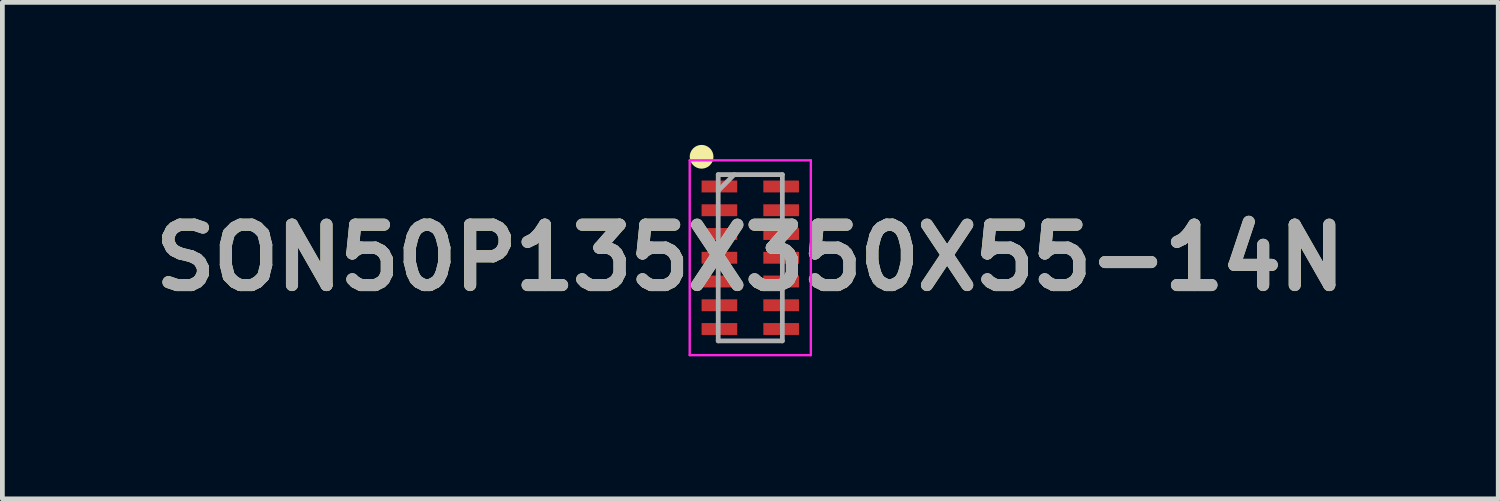
<source format=kicad_pcb>
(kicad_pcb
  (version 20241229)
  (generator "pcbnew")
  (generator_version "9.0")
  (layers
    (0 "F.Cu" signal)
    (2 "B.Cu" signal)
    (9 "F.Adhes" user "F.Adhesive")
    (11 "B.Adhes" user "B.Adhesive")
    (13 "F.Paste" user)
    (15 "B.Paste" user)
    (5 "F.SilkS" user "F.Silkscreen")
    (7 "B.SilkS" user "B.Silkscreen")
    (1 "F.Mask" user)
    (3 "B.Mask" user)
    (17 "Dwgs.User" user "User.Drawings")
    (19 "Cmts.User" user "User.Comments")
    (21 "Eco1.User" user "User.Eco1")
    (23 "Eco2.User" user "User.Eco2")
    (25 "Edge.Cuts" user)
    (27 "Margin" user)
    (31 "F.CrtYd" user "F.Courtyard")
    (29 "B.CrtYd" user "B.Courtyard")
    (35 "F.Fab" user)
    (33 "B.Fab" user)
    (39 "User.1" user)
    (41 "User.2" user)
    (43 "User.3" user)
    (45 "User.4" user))
  (footprint "SON50P135X350X55-14N"
    (layer "F.Cu")
    (at 12.742 2.375)
    (property "Reference" "SON50P135X350X55-14N" (at 0 0 0) (layer "F.SilkS") (effects (font (size 1.27 1.27) (thickness 0.254))))
    (attr smd)
    (fp_circle (center -1.025 -2.125) (end -1.025 -2) (stroke (width 0.25) (type solid)) (fill no) (layer "F.SilkS"))
    (fp_line (start -1.275 -2.05) (end 1.275 -2.05) (stroke (width 0.05) (type solid)) (layer "F.CrtYd"))
    (fp_line (start -1.275 2.05) (end -1.275 -2.05) (stroke (width 0.05) (type solid)) (layer "F.CrtYd"))
    (fp_line (start 1.275 -2.05) (end 1.275 2.05) (stroke (width 0.05) (type solid)) (layer "F.CrtYd"))
    (fp_line (start 1.275 2.05) (end -1.275 2.05) (stroke (width 0.05) (type solid)) (layer "F.CrtYd"))
    (fp_line (start -0.675 -1.75) (end 0.675 -1.75) (stroke (width 0.1) (type solid)) (layer "F.Fab"))
    (fp_line (start -0.675 -1.412) (end -0.338 -1.75) (stroke (width 0.1) (type solid)) (layer "F.Fab"))
    (fp_line (start -0.675 1.75) (end -0.675 -1.75) (stroke (width 0.1) (type solid)) (layer "F.Fab"))
    (fp_line (start 0.675 -1.75) (end 0.675 1.75) (stroke (width 0.1) (type solid)) (layer "F.Fab"))
    (fp_line (start 0.675 1.75) (end -0.675 1.75) (stroke (width 0.1) (type solid)) (layer "F.Fab"))
    (fp_text user "${REFERENCE}" (at 0 0 0) (layer "F.Fab") (effects (font (size 1.27 1.27) (thickness 0.254))))
    (pad "1" smd rect (at -0.65 -1.5 90) (size 0.25 0.75) (layers "F.Cu" "F.Mask" "F.Paste"))
    (pad "2" smd rect (at -0.65 -1 90) (size 0.25 0.75) (layers "F.Cu" "F.Mask" "F.Paste"))
    (pad "3" smd rect (at -0.65 -0.5 90) (size 0.25 0.75) (layers "F.Cu" "F.Mask" "F.Paste"))
    (pad "4" smd rect (at -0.65 0 90) (size 0.25 0.75) (layers "F.Cu" "F.Mask" "F.Paste"))
    (pad "5" smd rect (at -0.65 0.5 90) (size 0.25 0.75) (layers "F.Cu" "F.Mask" "F.Paste"))
    (pad "6" smd rect (at -0.65 1 90) (size 0.25 0.75) (layers "F.Cu" "F.Mask" "F.Paste"))
    (pad "7" smd rect (at -0.65 1.5 90) (size 0.25 0.75) (layers "F.Cu" "F.Mask" "F.Paste"))
    (pad "8" smd rect (at 0.65 1.5 90) (size 0.25 0.75) (layers "F.Cu" "F.Mask" "F.Paste"))
    (pad "9" smd rect (at 0.65 1 90) (size 0.25 0.75) (layers "F.Cu" "F.Mask" "F.Paste"))
    (pad "10" smd rect (at 0.65 0.5 90) (size 0.25 0.75) (layers "F.Cu" "F.Mask" "F.Paste"))
    (pad "11" smd rect (at 0.65 0 90) (size 0.25 0.75) (layers "F.Cu" "F.Mask" "F.Paste"))
    (pad "12" smd rect (at 0.65 -0.5 90) (size 0.25 0.75) (layers "F.Cu" "F.Mask" "F.Paste"))
    (pad "13" smd rect (at 0.65 -1 90) (size 0.25 0.75) (layers "F.Cu" "F.Mask" "F.Paste"))
    (pad "14" smd rect (at 0.65 -1.5 90) (size 0.25 0.75) (layers "F.Cu" "F.Mask" "F.Paste")))
  (gr_rect
    (start -3 -3)
    (end 28.485 7.45)
    (stroke (width 0.1) (type default))
    (fill no)
    (layer "Edge.Cuts")))
</source>
